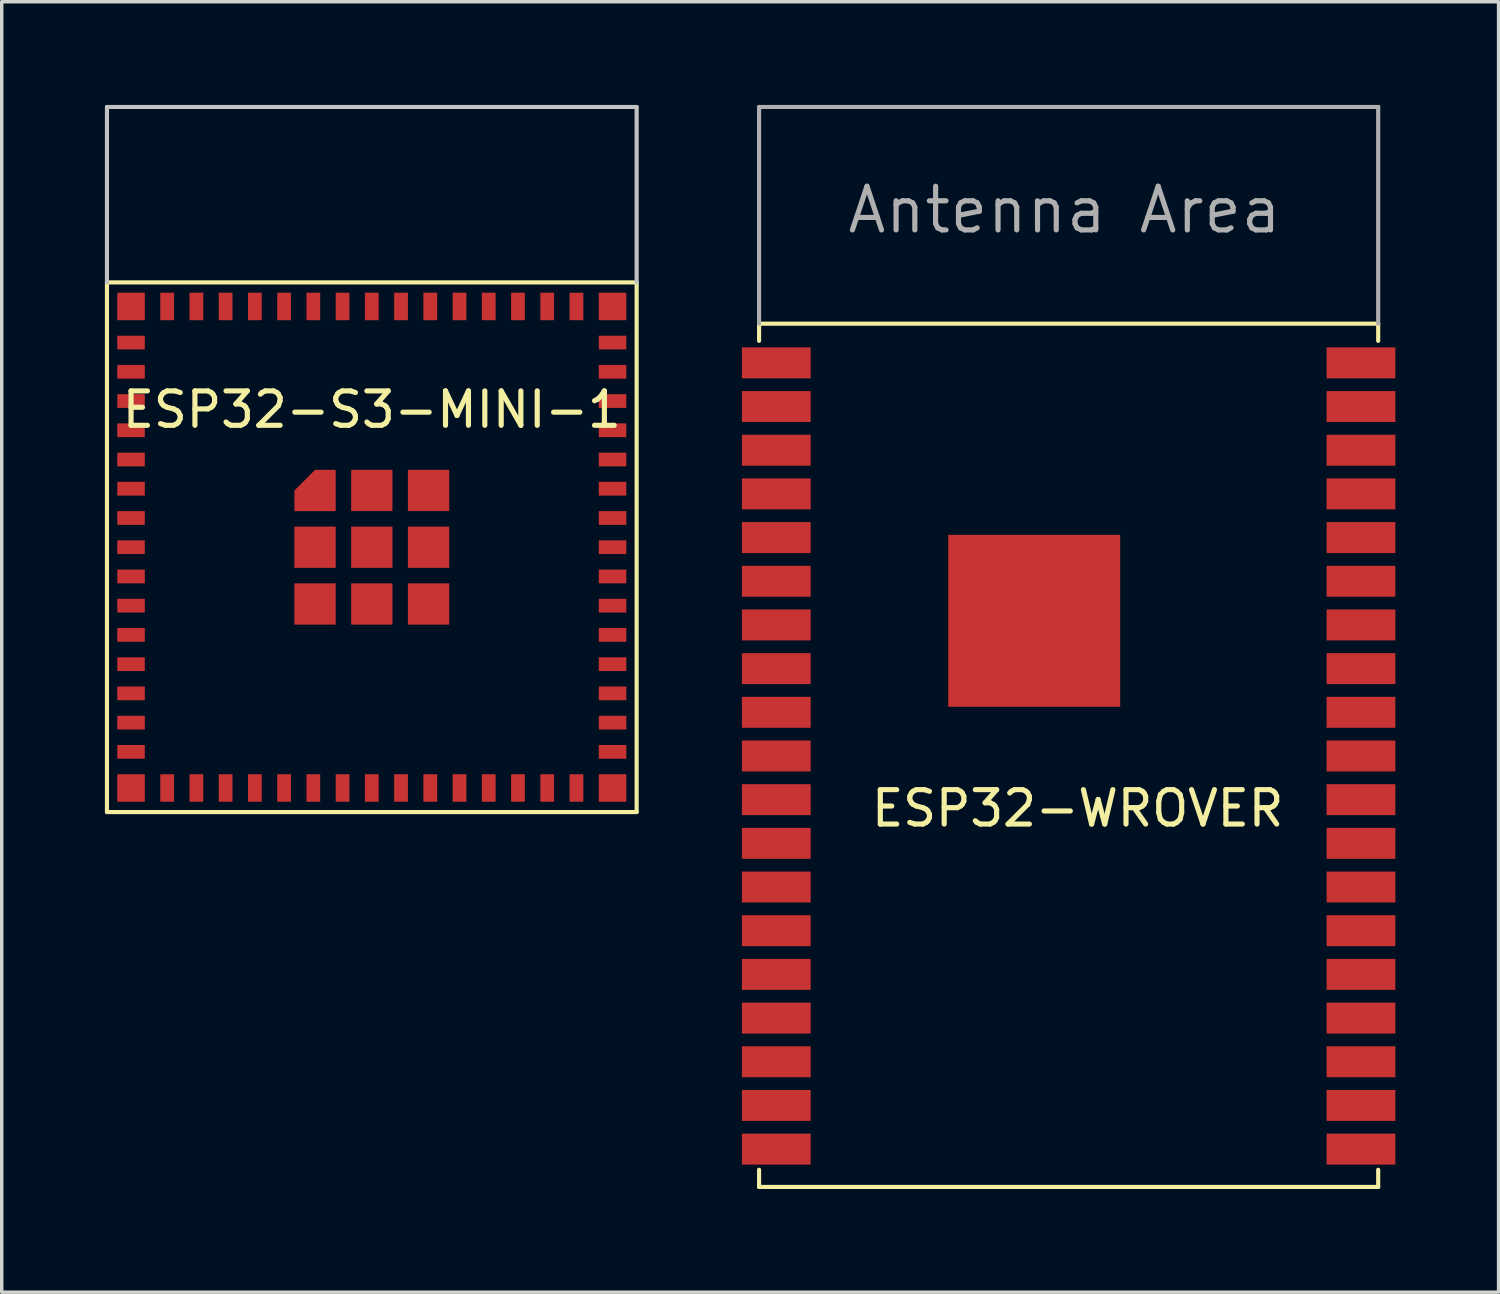
<source format=kicad_pcb>
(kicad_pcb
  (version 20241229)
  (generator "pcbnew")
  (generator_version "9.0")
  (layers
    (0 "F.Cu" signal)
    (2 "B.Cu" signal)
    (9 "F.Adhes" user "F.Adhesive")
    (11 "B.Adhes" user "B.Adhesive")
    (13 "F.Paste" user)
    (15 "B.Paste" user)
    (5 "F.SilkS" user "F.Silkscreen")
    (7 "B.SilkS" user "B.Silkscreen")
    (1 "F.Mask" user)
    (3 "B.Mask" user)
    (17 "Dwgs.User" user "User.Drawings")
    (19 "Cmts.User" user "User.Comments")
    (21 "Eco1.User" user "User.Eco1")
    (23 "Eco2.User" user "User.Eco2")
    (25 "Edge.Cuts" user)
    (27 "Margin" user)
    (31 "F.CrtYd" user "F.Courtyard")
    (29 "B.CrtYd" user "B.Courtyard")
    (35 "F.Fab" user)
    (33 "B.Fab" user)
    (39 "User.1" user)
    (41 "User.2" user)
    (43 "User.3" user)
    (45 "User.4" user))
  (footprint "ESP32-WROVER"
    (layer "F.Cu")
    (at 19.52 30.36)
    (property "Reference" "ESP32-WROVER" (at 8.763 -9.906 0) (layer "F.SilkS") (effects (font (size 1 1) (thickness 0.15))))
    (attr through_hole)
    (fp_line (start -0.5 -24) (end 17.5 -24) (stroke (width 0.12) (type solid)) (layer "F.SilkS"))
    (fp_line (start -0.5 -23.5) (end -0.5 -24) (stroke (width 0.12) (type solid)) (layer "F.SilkS"))
    (fp_line (start -0.5 0.6) (end -0.5 1.1) (stroke (width 0.12) (type solid)) (layer "F.SilkS"))
    (fp_line (start -0.5 1.1) (end 17.5 1.1) (stroke (width 0.12) (type solid)) (layer "F.SilkS"))
    (fp_line (start 17.5 -24) (end 17.5 -23.5) (stroke (width 0.12) (type solid)) (layer "F.SilkS"))
    (fp_line (start 17.5 0.6) (end 17.5 1.1) (stroke (width 0.12) (type solid)) (layer "F.SilkS"))
    (fp_line (start -0.5 -30.3) (end 17.5 -30.3) (stroke (width 0.12) (type solid)) (layer "F.Fab"))
    (fp_line (start -0.5 -24) (end -0.5 -30.3) (stroke (width 0.12) (type solid)) (layer "F.Fab"))
    (fp_line (start 17.5 -24) (end 17.5 -30.3) (stroke (width 0.12) (type solid)) (layer "F.Fab"))
    (fp_text user "Antenna Area" (at 8.382 -27.305 0) (layer "F.Fab") (effects (font (size 1.27 1.27) (thickness 0.15))))
    (pad "1" smd rect (at 0 -22.86) (size 2 0.9) (layers "F.Cu" "F.Mask" "F.Paste"))
    (pad "2" smd rect (at 0 -21.59) (size 2 0.9) (layers "F.Cu" "F.Mask" "F.Paste"))
    (pad "3" smd rect (at 0 -20.32) (size 2 0.9) (layers "F.Cu" "F.Mask" "F.Paste"))
    (pad "4" smd rect (at 0 -19.05) (size 2 0.9) (layers "F.Cu" "F.Mask" "F.Paste"))
    (pad "5" smd rect (at 0 -17.78) (size 2 0.9) (layers "F.Cu" "F.Mask" "F.Paste"))
    (pad "6" smd rect (at 0 -16.51) (size 2 0.9) (layers "F.Cu" "F.Mask" "F.Paste"))
    (pad "7" smd rect (at 0 -15.24) (size 2 0.9) (layers "F.Cu" "F.Mask" "F.Paste"))
    (pad "8" smd rect (at 0 -13.97) (size 2 0.9) (layers "F.Cu" "F.Mask" "F.Paste"))
    (pad "9" smd rect (at 0 -12.7) (size 2 0.9) (layers "F.Cu" "F.Mask" "F.Paste"))
    (pad "10" smd rect (at 0 -11.43) (size 2 0.9) (layers "F.Cu" "F.Mask" "F.Paste"))
    (pad "11" smd rect (at 0 -10.16) (size 2 0.9) (layers "F.Cu" "F.Mask" "F.Paste"))
    (pad "12" smd rect (at 0 -8.89) (size 2 0.9) (layers "F.Cu" "F.Mask" "F.Paste"))
    (pad "13" smd rect (at 0 -7.62) (size 2 0.9) (layers "F.Cu" "F.Mask" "F.Paste"))
    (pad "14" smd rect (at 0 -6.35) (size 2 0.9) (layers "F.Cu" "F.Mask" "F.Paste"))
    (pad "15" smd rect (at 0 -5.08) (size 2 0.9) (layers "F.Cu" "F.Mask" "F.Paste"))
    (pad "16" smd rect (at 0 -3.81) (size 2 0.9) (layers "F.Cu" "F.Mask" "F.Paste"))
    (pad "17" smd rect (at 0 -2.54) (size 2 0.9) (layers "F.Cu" "F.Mask" "F.Paste"))
    (pad "18" smd rect (at 0 -1.27) (size 2 0.9) (layers "F.Cu" "F.Mask" "F.Paste"))
    (pad "19" smd rect (at 0 0) (size 2 0.9) (layers "F.Cu" "F.Mask" "F.Paste"))
    (pad "20" smd rect (at 17 0) (size 2 0.9) (layers "F.Cu" "F.Mask" "F.Paste"))
    (pad "21" smd rect (at 17 -1.27) (size 2 0.9) (layers "F.Cu" "F.Mask" "F.Paste"))
    (pad "22" smd rect (at 17 -2.54) (size 2 0.9) (layers "F.Cu" "F.Mask" "F.Paste"))
    (pad "23" smd rect (at 17 -3.81) (size 2 0.9) (layers "F.Cu" "F.Mask" "F.Paste"))
    (pad "24" smd rect (at 17 -5.08) (size 2 0.9) (layers "F.Cu" "F.Mask" "F.Paste"))
    (pad "25" smd rect (at 17 -6.35) (size 2 0.9) (layers "F.Cu" "F.Mask" "F.Paste"))
    (pad "26" smd rect (at 17 -7.62) (size 2 0.9) (layers "F.Cu" "F.Mask" "F.Paste"))
    (pad "27" smd rect (at 17 -8.89) (size 2 0.9) (layers "F.Cu" "F.Mask" "F.Paste"))
    (pad "28" smd rect (at 17 -10.16) (size 2 0.9) (layers "F.Cu" "F.Mask" "F.Paste"))
    (pad "29" smd rect (at 17 -11.43) (size 2 0.9) (layers "F.Cu" "F.Mask" "F.Paste"))
    (pad "30" smd rect (at 17 -12.7) (size 2 0.9) (layers "F.Cu" "F.Mask" "F.Paste"))
    (pad "31" smd rect (at 17 -13.97) (size 2 0.9) (layers "F.Cu" "F.Mask" "F.Paste"))
    (pad "32" smd rect (at 17 -15.24) (size 2 0.9) (layers "F.Cu" "F.Mask" "F.Paste"))
    (pad "33" smd rect (at 17 -16.51) (size 2 0.9) (layers "F.Cu" "F.Mask" "F.Paste"))
    (pad "34" smd rect (at 17 -17.78) (size 2 0.9) (layers "F.Cu" "F.Mask" "F.Paste"))
    (pad "35" smd rect (at 17 -19.05) (size 2 0.9) (layers "F.Cu" "F.Mask" "F.Paste"))
    (pad "36" smd rect (at 17 -20.32) (size 2 0.9) (layers "F.Cu" "F.Mask" "F.Paste"))
    (pad "37" smd rect (at 17 -21.59) (size 2 0.9) (layers "F.Cu" "F.Mask" "F.Paste"))
    (pad "38" smd rect (at 17 -22.86) (size 2 0.9) (layers "F.Cu" "F.Mask" "F.Paste"))
    (pad "39" smd rect (at 7.5 -15.36) (size 5 5) (layers "F.Cu" "F.Mask" "F.Paste")))
  (footprint "ESP32-S3-MINI-1"
    (layer "F.Cu")
    (at 7.76 12.86)
    (property "Reference" "ESP32-S3-MINI-1" (at 0 -4 0) (layer "F.SilkS") (effects (font (size 1 1) (thickness 0.15))))
    (attr through_hole)
    (fp_line (start -7.7 -7.7) (end 7.7 -7.7) (stroke (width 0.12) (type solid)) (layer "F.SilkS"))
    (fp_line (start -7.7 7.7) (end -7.7 -7.7) (stroke (width 0.12) (type solid)) (layer "F.SilkS"))
    (fp_line (start 7.7 -7.7) (end 7.7 7.7) (stroke (width 0.12) (type solid)) (layer "F.SilkS"))
    (fp_line (start 7.7 7.7) (end -7.7 7.7) (stroke (width 0.12) (type solid)) (layer "F.SilkS"))
    (fp_line (start -7.7 -12.8) (end -7.7 -7.7) (stroke (width 0.12) (type solid)) (layer "Dwgs.User"))
    (fp_line (start 7.7 -12.8) (end -7.7 -12.8) (stroke (width 0.12) (type solid)) (layer "Dwgs.User"))
    (fp_line (start 7.7 -7.7) (end 7.7 -12.8) (stroke (width 0.12) (type solid)) (layer "Dwgs.User"))
    (pad "1" smd rect (at -7 -5.95) (size 0.8 0.4) (layers "F.Cu" "F.Mask" "F.Paste"))
    (pad "2" smd rect (at -7 -5.1) (size 0.8 0.4) (layers "F.Cu" "F.Mask" "F.Paste"))
    (pad "3" smd rect (at -7 -4.25) (size 0.8 0.4) (layers "F.Cu" "F.Mask" "F.Paste"))
    (pad "4" smd rect (at -7 -3.4) (size 0.8 0.4) (layers "F.Cu" "F.Mask" "F.Paste"))
    (pad "5" smd rect (at -7 -2.55) (size 0.8 0.4) (layers "F.Cu" "F.Mask" "F.Paste"))
    (pad "6" smd rect (at -7 -1.7) (size 0.8 0.4) (layers "F.Cu" "F.Mask" "F.Paste"))
    (pad "7" smd rect (at -7 -0.85) (size 0.8 0.4) (layers "F.Cu" "F.Mask" "F.Paste"))
    (pad "8" smd rect (at -7 0) (size 0.8 0.4) (layers "F.Cu" "F.Mask" "F.Paste"))
    (pad "9" smd rect (at -7 0.85) (size 0.8 0.4) (layers "F.Cu" "F.Mask" "F.Paste"))
    (pad "10" smd rect (at -7 1.7) (size 0.8 0.4) (layers "F.Cu" "F.Mask" "F.Paste"))
    (pad "11" smd rect (at -7 2.55) (size 0.8 0.4) (layers "F.Cu" "F.Mask" "F.Paste"))
    (pad "12" smd rect (at -7 3.4) (size 0.8 0.4) (layers "F.Cu" "F.Mask" "F.Paste"))
    (pad "13" smd rect (at -7 4.25) (size 0.8 0.4) (layers "F.Cu" "F.Mask" "F.Paste"))
    (pad "14" smd rect (at -7 5.1) (size 0.8 0.4) (layers "F.Cu" "F.Mask" "F.Paste"))
    (pad "15" smd rect (at -7 5.95) (size 0.8 0.4) (layers "F.Cu" "F.Mask" "F.Paste"))
    (pad "16" smd rect (at -5.95 7) (size 0.4 0.8) (layers "F.Cu" "F.Mask" "F.Paste"))
    (pad "17" smd rect (at -5.1 7) (size 0.4 0.8) (layers "F.Cu" "F.Mask" "F.Paste"))
    (pad "18" smd rect (at -4.25 7) (size 0.4 0.8) (layers "F.Cu" "F.Mask" "F.Paste"))
    (pad "19" smd rect (at -3.4 7) (size 0.4 0.8) (layers "F.Cu" "F.Mask" "F.Paste"))
    (pad "20" smd rect (at -2.55 7) (size 0.4 0.8) (layers "F.Cu" "F.Mask" "F.Paste"))
    (pad "21" smd rect (at -1.7 7) (size 0.4 0.8) (layers "F.Cu" "F.Mask" "F.Paste"))
    (pad "22" smd rect (at -0.85 7) (size 0.4 0.8) (layers "F.Cu" "F.Mask" "F.Paste"))
    (pad "23" smd rect (at 0 7) (size 0.4 0.8) (layers "F.Cu" "F.Mask" "F.Paste"))
    (pad "24" smd rect (at 0.85 7) (size 0.4 0.8) (layers "F.Cu" "F.Mask" "F.Paste"))
    (pad "25" smd rect (at 1.7 7) (size 0.4 0.8) (layers "F.Cu" "F.Mask" "F.Paste"))
    (pad "26" smd rect (at 2.55 7) (size 0.4 0.8) (layers "F.Cu" "F.Mask" "F.Paste"))
    (pad "27" smd rect (at 3.4 7) (size 0.4 0.8) (layers "F.Cu" "F.Mask" "F.Paste"))
    (pad "28" smd rect (at 4.25 7) (size 0.4 0.8) (layers "F.Cu" "F.Mask" "F.Paste"))
    (pad "29" smd rect (at 5.1 7) (size 0.4 0.8) (layers "F.Cu" "F.Mask" "F.Paste"))
    (pad "30" smd rect (at 5.95 7) (size 0.4 0.8) (layers "F.Cu" "F.Mask" "F.Paste"))
    (pad "31" smd rect (at 7 5.95) (size 0.8 0.4) (layers "F.Cu" "F.Mask" "F.Paste"))
    (pad "32" smd rect (at 7 5.1) (size 0.8 0.4) (layers "F.Cu" "F.Mask" "F.Paste"))
    (pad "33" smd rect (at 7 4.25) (size 0.8 0.4) (layers "F.Cu" "F.Mask" "F.Paste"))
    (pad "34" smd rect (at 7 3.4) (size 0.8 0.4) (layers "F.Cu" "F.Mask" "F.Paste"))
    (pad "35" smd rect (at 7 2.55) (size 0.8 0.4) (layers "F.Cu" "F.Mask" "F.Paste"))
    (pad "36" smd rect (at 7 1.7) (size 0.8 0.4) (layers "F.Cu" "F.Mask" "F.Paste"))
    (pad "37" smd rect (at 7 0.85) (size 0.8 0.4) (layers "F.Cu" "F.Mask" "F.Paste"))
    (pad "38" smd rect (at 7 0) (size 0.8 0.4) (layers "F.Cu" "F.Mask" "F.Paste"))
    (pad "39" smd rect (at 7 -0.85) (size 0.8 0.4) (layers "F.Cu" "F.Mask" "F.Paste"))
    (pad "40" smd rect (at 7 -1.7) (size 0.8 0.4) (layers "F.Cu" "F.Mask" "F.Paste"))
    (pad "41" smd rect (at 7 -2.55) (size 0.8 0.4) (layers "F.Cu" "F.Mask" "F.Paste"))
    (pad "42" smd rect (at 7 -3.4) (size 0.8 0.4) (layers "F.Cu" "F.Mask" "F.Paste"))
    (pad "43" smd rect (at 7 -4.25) (size 0.8 0.4) (layers "F.Cu" "F.Mask" "F.Paste"))
    (pad "44" smd rect (at 7 -5.1) (size 0.8 0.4) (layers "F.Cu" "F.Mask" "F.Paste"))
    (pad "45" smd rect (at 7 -5.95) (size 0.8 0.4) (layers "F.Cu" "F.Mask" "F.Paste"))
    (pad "46" smd rect (at 5.95 -7) (size 0.4 0.8) (layers "F.Cu" "F.Mask" "F.Paste"))
    (pad "47" smd rect (at 5.1 -7) (size 0.4 0.8) (layers "F.Cu" "F.Mask" "F.Paste"))
    (pad "48" smd rect (at 4.25 -7) (size 0.4 0.8) (layers "F.Cu" "F.Mask" "F.Paste"))
    (pad "49" smd rect (at 3.4 -7) (size 0.4 0.8) (layers "F.Cu" "F.Mask" "F.Paste"))
    (pad "50" smd rect (at 2.55 -7) (size 0.4 0.8) (layers "F.Cu" "F.Mask" "F.Paste"))
    (pad "51" smd rect (at 1.7 -7) (size 0.4 0.8) (layers "F.Cu" "F.Mask" "F.Paste"))
    (pad "52" smd rect (at 0.85 -7) (size 0.4 0.8) (layers "F.Cu" "F.Mask" "F.Paste"))
    (pad "53" smd rect (at 0 -7) (size 0.4 0.8) (layers "F.Cu" "F.Mask" "F.Paste"))
    (pad "54" smd rect (at -0.85 -7) (size 0.4 0.8) (layers "F.Cu" "F.Mask" "F.Paste"))
    (pad "55" smd rect (at -1.7 -7) (size 0.4 0.8) (layers "F.Cu" "F.Mask" "F.Paste"))
    (pad "56" smd rect (at -2.55 -7) (size 0.4 0.8) (layers "F.Cu" "F.Mask" "F.Paste"))
    (pad "57" smd rect (at -3.4 -7) (size 0.4 0.8) (layers "F.Cu" "F.Mask" "F.Paste"))
    (pad "58" smd rect (at -4.25 -7) (size 0.4 0.8) (layers "F.Cu" "F.Mask" "F.Paste"))
    (pad "59" smd rect (at -5.1 -7) (size 0.4 0.8) (layers "F.Cu" "F.Mask" "F.Paste"))
    (pad "60" smd rect (at -5.95 -7) (size 0.4 0.8) (layers "F.Cu" "F.Mask" "F.Paste"))
    (pad "61" smd custom (at -1.65 -1.65) (size 0.85 0.85) (layers "F.Cu" "F.Mask" "F.Paste") (options (anchor circle)) (primitives (gr_poly (pts (xy 0 -0.6) (xy 0.6 -0.6) (xy 0.6 0.6) (xy -0.6 0.6) (xy -0.6 0)) (width 0) (fill yes))))
    (pad "61" smd rect (at -1.65 0) (size 1.2 1.2) (layers "F.Cu" "F.Mask" "F.Paste"))
    (pad "61" smd rect (at -1.65 1.65) (size 1.2 1.2) (layers "F.Cu" "F.Mask" "F.Paste"))
    (pad "61" smd rect (at 0 -1.65) (size 1.2 1.2) (layers "F.Cu" "F.Mask" "F.Paste"))
    (pad "61" smd rect (at 0 0) (size 1.2 1.2) (layers "F.Cu" "F.Mask" "F.Paste"))
    (pad "61" smd rect (at 0 1.65) (size 1.2 1.2) (layers "F.Cu" "F.Mask" "F.Paste"))
    (pad "61" smd rect (at 1.65 -1.65) (size 1.2 1.2) (layers "F.Cu" "F.Mask" "F.Paste"))
    (pad "61" smd rect (at 1.65 0) (size 1.2 1.2) (layers "F.Cu" "F.Mask" "F.Paste"))
    (pad "61" smd rect (at 1.65 1.65) (size 1.2 1.2) (layers "F.Cu" "F.Mask" "F.Paste"))
    (pad "62" smd rect (at -7 -7) (size 0.8 0.8) (layers "F.Cu" "F.Mask" "F.Paste"))
    (pad "63" smd rect (at -7 7) (size 0.8 0.8) (layers "F.Cu" "F.Mask" "F.Paste"))
    (pad "64" smd rect (at 7 7) (size 0.8 0.8) (layers "F.Cu" "F.Mask" "F.Paste"))
    (pad "65" smd rect (at 7 -7) (size 0.8 0.8) (layers "F.Cu" "F.Mask" "F.Paste")))
  (gr_rect
    (start -3 -3)
    (end 40.52 34.52)
    (stroke (width 0.1) (type default))
    (fill no)
    (layer "Edge.Cuts")))
</source>
